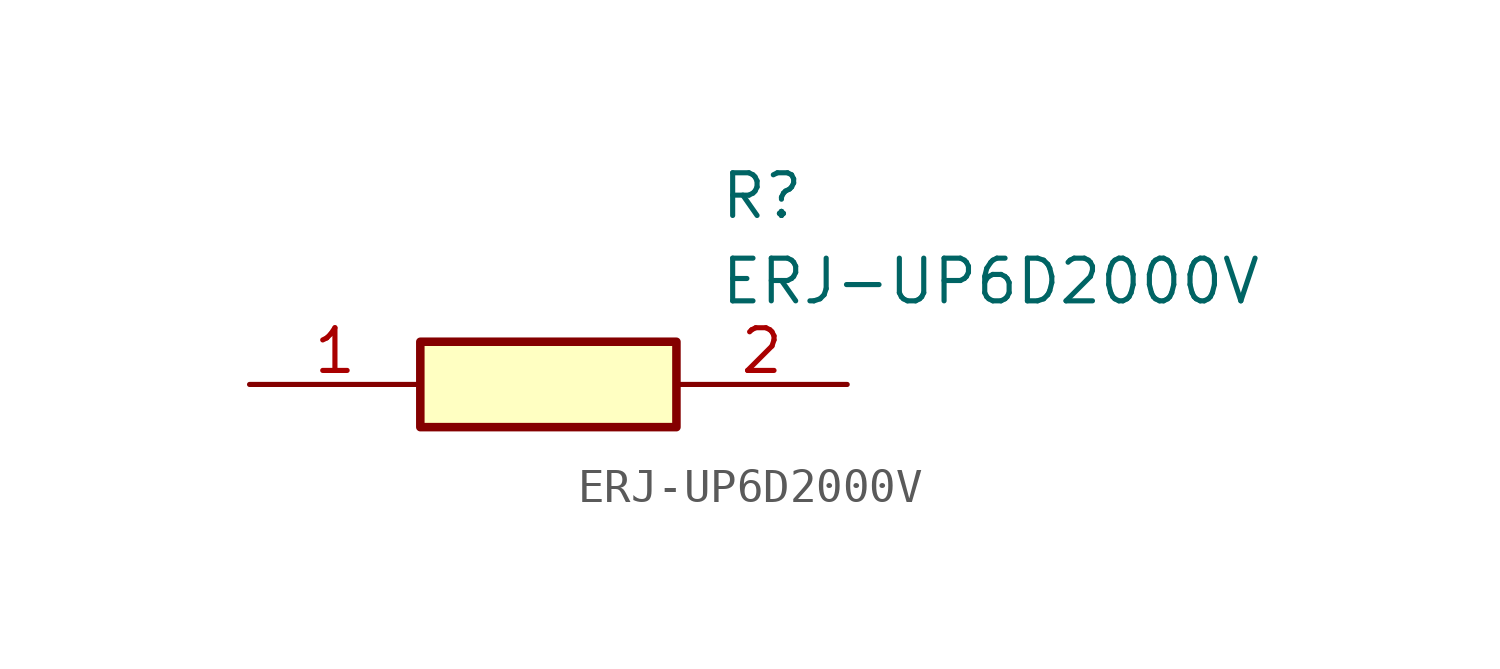
<source format=kicad_sym>
(kicad_symbol_lib
  (version 20211014)
  (generator SamacSys_ECAD_Model)
  (symbol "ERJ-UP6D2000V"
    (pin_names hide)
    (property "Reference" "R"
      (at 13.97 6.35 0)
      (effects (font (size 1.27 1.27)) (justify left top)))
    (property "Value" "ERJ-UP6D2000V"
      (at 13.97 3.81 0)
      (effects (font (size 1.27 1.27)) (justify left top)))
    (rectangle
      (start 5.08 1.27)
      (end 12.7 -1.27)
      (stroke (width 0.254) (type default))
      (fill (type background)))
    (pin passive line
      (at 0 0 0)
      (length 5.08)
      (name "1" (effects (font (size 1.27 1.27))))
      (number "1" (effects (font (size 1.27 1.27)))))
    (pin passive line
      (at 17.78 0 180)
      (length 5.08)
      (name "2" (effects (font (size 1.27 1.27))))
      (number "2" (effects (font (size 1.27 1.27)))))))
</source>
